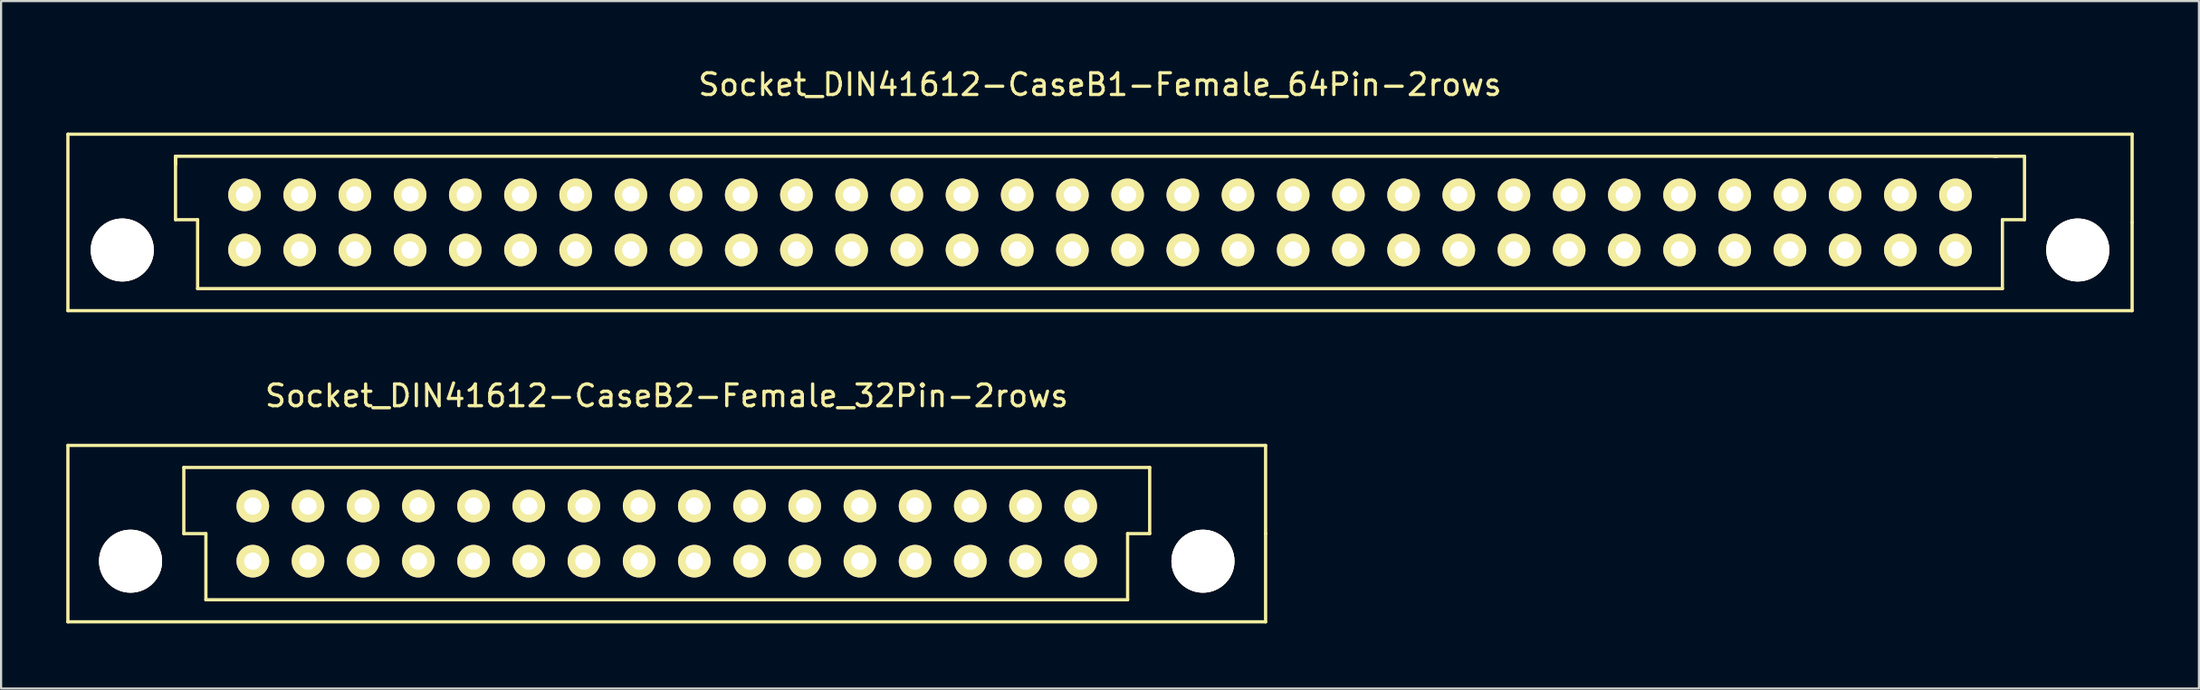
<source format=kicad_pcb>
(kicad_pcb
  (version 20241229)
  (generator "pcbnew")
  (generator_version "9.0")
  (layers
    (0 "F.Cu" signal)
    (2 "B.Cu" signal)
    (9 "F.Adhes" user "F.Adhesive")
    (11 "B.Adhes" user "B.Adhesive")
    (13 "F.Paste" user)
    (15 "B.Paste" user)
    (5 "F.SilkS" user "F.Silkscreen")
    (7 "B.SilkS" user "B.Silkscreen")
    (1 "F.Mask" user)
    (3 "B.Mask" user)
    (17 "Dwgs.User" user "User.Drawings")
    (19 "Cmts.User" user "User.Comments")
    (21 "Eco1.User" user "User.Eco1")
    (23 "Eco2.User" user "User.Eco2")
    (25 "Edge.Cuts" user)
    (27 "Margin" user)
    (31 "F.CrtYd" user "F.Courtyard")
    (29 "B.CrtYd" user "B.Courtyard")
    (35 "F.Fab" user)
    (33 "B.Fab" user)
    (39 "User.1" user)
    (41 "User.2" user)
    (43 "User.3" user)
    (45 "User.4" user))
  (footprint "Socket_DIN41612-CaseB2-Female_32Pin-2rows"
    (layer "F.Cu")
    (at 27.634 21.535)
    (property "Reference" "Socket_DIN41612-CaseB2-Female_32Pin-2rows" (at 0 -6.35 0) (layer "F.SilkS") (effects (font (size 1 1) (thickness 0.15))))
    (attr through_hole)
    (fp_line (start -27.559 -4.064) (end -27.559 4.064) (stroke (width 0.15) (type solid)) (layer "F.SilkS"))
    (fp_line (start -27.559 4.064) (end 27.559 4.064) (stroke (width 0.15) (type solid)) (layer "F.SilkS"))
    (fp_line (start -22.225 0) (end -22.225 -3.048) (stroke (width 0.15) (type solid)) (layer "F.SilkS"))
    (fp_line (start -21.209 0) (end -22.225 0) (stroke (width 0.15) (type solid)) (layer "F.SilkS"))
    (fp_line (start -21.209 3.048) (end -21.209 0) (stroke (width 0.15) (type solid)) (layer "F.SilkS"))
    (fp_line (start -21.209 3.048) (end 21.209 3.048) (stroke (width 0.15) (type solid)) (layer "F.SilkS"))
    (fp_line (start 21.209 0) (end 22.225 0) (stroke (width 0.15) (type solid)) (layer "F.SilkS"))
    (fp_line (start 21.209 3.048) (end 21.209 0) (stroke (width 0.15) (type solid)) (layer "F.SilkS"))
    (fp_line (start 22.225 -3.048) (end -22.225 -3.048) (stroke (width 0.15) (type solid)) (layer "F.SilkS"))
    (fp_line (start 22.225 0) (end 22.225 -3.048) (stroke (width 0.15) (type solid)) (layer "F.SilkS"))
    (fp_line (start 27.559 -4.064) (end -27.559 -4.064) (stroke (width 0.15) (type solid)) (layer "F.SilkS"))
    (fp_line (start 27.559 0) (end 27.559 -4.064) (stroke (width 0.15) (type solid)) (layer "F.SilkS"))
    (fp_line (start 27.559 4.064) (end 27.559 0) (stroke (width 0.15) (type solid)) (layer "F.SilkS"))
    (pad "1" thru_hole circle (at -24.676 1.27) (size 2.901 2.901) (drill 2.901) (layers "*.Cu" "*.Mask" "F.SilkS"))
    (pad "1" thru_hole circle (at 24.676 1.27) (size 2.901 2.901) (drill 2.901) (layers "*.Cu" "*.Mask" "F.SilkS"))
    (pad "1a" thru_hole circle (at 19.05 -1.27 180) (size 1.501 1.501) (drill 0.8) (layers "*.Cu" "*.Mask" "F.SilkS"))
    (pad "1b" thru_hole circle (at 19.05 1.27 180) (size 1.501 1.501) (drill 0.8) (layers "*.Cu" "*.Mask" "F.SilkS"))
    (pad "2a" thru_hole circle (at 16.51 -1.27 180) (size 1.501 1.501) (drill 0.8) (layers "*.Cu" "*.Mask" "F.SilkS"))
    (pad "2b" thru_hole circle (at 16.51 1.27 180) (size 1.501 1.501) (drill 0.8) (layers "*.Cu" "*.Mask" "F.SilkS"))
    (pad "3a" thru_hole circle (at 13.97 -1.27 180) (size 1.501 1.501) (drill 0.8) (layers "*.Cu" "*.Mask" "F.SilkS"))
    (pad "3b" thru_hole circle (at 13.97 1.27 180) (size 1.501 1.501) (drill 0.8) (layers "*.Cu" "*.Mask" "F.SilkS"))
    (pad "4a" thru_hole circle (at 11.43 -1.27 180) (size 1.501 1.501) (drill 0.8) (layers "*.Cu" "*.Mask" "F.SilkS"))
    (pad "4b" thru_hole circle (at 11.43 1.27 180) (size 1.501 1.501) (drill 0.8) (layers "*.Cu" "*.Mask" "F.SilkS"))
    (pad "5a" thru_hole circle (at 8.89 -1.27 180) (size 1.501 1.501) (drill 0.8) (layers "*.Cu" "*.Mask" "F.SilkS"))
    (pad "5b" thru_hole circle (at 8.89 1.27 180) (size 1.501 1.501) (drill 0.8) (layers "*.Cu" "*.Mask" "F.SilkS"))
    (pad "6a" thru_hole circle (at 6.35 -1.27 180) (size 1.501 1.501) (drill 0.8) (layers "*.Cu" "*.Mask" "F.SilkS"))
    (pad "6b" thru_hole circle (at 6.35 1.27 180) (size 1.501 1.501) (drill 0.8) (layers "*.Cu" "*.Mask" "F.SilkS"))
    (pad "7a" thru_hole circle (at 3.81 -1.27 180) (size 1.501 1.501) (drill 0.8) (layers "*.Cu" "*.Mask" "F.SilkS"))
    (pad "7b" thru_hole circle (at 3.81 1.27 180) (size 1.501 1.501) (drill 0.8) (layers "*.Cu" "*.Mask" "F.SilkS"))
    (pad "8a" thru_hole circle (at 1.27 -1.27 180) (size 1.501 1.501) (drill 0.8) (layers "*.Cu" "*.Mask" "F.SilkS"))
    (pad "8b" thru_hole circle (at 1.27 1.27 180) (size 1.501 1.501) (drill 0.8) (layers "*.Cu" "*.Mask" "F.SilkS"))
    (pad "9a" thru_hole circle (at -1.27 -1.27 180) (size 1.501 1.501) (drill 0.8) (layers "*.Cu" "*.Mask" "F.SilkS"))
    (pad "9b" thru_hole circle (at -1.27 1.27 180) (size 1.501 1.501) (drill 0.8) (layers "*.Cu" "*.Mask" "F.SilkS"))
    (pad "10a" thru_hole circle (at -3.81 -1.27 180) (size 1.501 1.501) (drill 0.8) (layers "*.Cu" "*.Mask" "F.SilkS"))
    (pad "10b" thru_hole circle (at -3.81 1.27 180) (size 1.501 1.501) (drill 0.8) (layers "*.Cu" "*.Mask" "F.SilkS"))
    (pad "11a" thru_hole circle (at -6.35 -1.27 180) (size 1.501 1.501) (drill 0.8) (layers "*.Cu" "*.Mask" "F.SilkS"))
    (pad "11b" thru_hole circle (at -6.35 1.27 180) (size 1.501 1.501) (drill 0.8) (layers "*.Cu" "*.Mask" "F.SilkS"))
    (pad "12a" thru_hole circle (at -8.89 -1.27 180) (size 1.501 1.501) (drill 0.8) (layers "*.Cu" "*.Mask" "F.SilkS"))
    (pad "12b" thru_hole circle (at -8.89 1.27 180) (size 1.501 1.501) (drill 0.8) (layers "*.Cu" "*.Mask" "F.SilkS"))
    (pad "13a" thru_hole circle (at -11.43 -1.27 180) (size 1.501 1.501) (drill 0.8) (layers "*.Cu" "*.Mask" "F.SilkS"))
    (pad "13b" thru_hole circle (at -11.43 1.27 180) (size 1.501 1.501) (drill 0.8) (layers "*.Cu" "*.Mask" "F.SilkS"))
    (pad "14a" thru_hole circle (at -13.97 -1.27 180) (size 1.501 1.501) (drill 0.8) (layers "*.Cu" "*.Mask" "F.SilkS"))
    (pad "14b" thru_hole circle (at -13.97 1.27 180) (size 1.501 1.501) (drill 0.8) (layers "*.Cu" "*.Mask" "F.SilkS"))
    (pad "15a" thru_hole circle (at -16.51 -1.27 180) (size 1.501 1.501) (drill 0.8) (layers "*.Cu" "*.Mask" "F.SilkS"))
    (pad "15b" thru_hole circle (at -16.51 1.27 180) (size 1.501 1.501) (drill 0.8) (layers "*.Cu" "*.Mask" "F.SilkS"))
    (pad "16a" thru_hole circle (at -19.05 -1.27 180) (size 1.501 1.501) (drill 0.8) (layers "*.Cu" "*.Mask" "F.SilkS"))
    (pad "16b" thru_hole circle (at -19.05 1.27 180) (size 1.501 1.501) (drill 0.8) (layers "*.Cu" "*.Mask" "F.SilkS")))
  (footprint "Socket_DIN41612-CaseB1-Female_64Pin-2rows"
    (layer "F.Cu")
    (at 47.573 7.198)
    (property "Reference" "Socket_DIN41612-CaseB1-Female_64Pin-2rows" (at 0 -6.35 0) (layer "F.SilkS") (effects (font (size 1 1) (thickness 0.15))))
    (attr through_hole)
    (fp_line (start -47.498 -4.064) (end -47.498 4.064) (stroke (width 0.15) (type solid)) (layer "F.SilkS"))
    (fp_line (start -47.498 4.064) (end 47.498 4.064) (stroke (width 0.15) (type solid)) (layer "F.SilkS"))
    (fp_line (start -42.545 -3.048) (end -42.545 -2.667) (stroke (width 0.15) (type solid)) (layer "F.SilkS"))
    (fp_line (start -42.545 -0.127) (end -42.545 -3.048) (stroke (width 0.15) (type solid)) (layer "F.SilkS"))
    (fp_line (start -41.529 -0.127) (end -42.545 -0.127) (stroke (width 0.15) (type solid)) (layer "F.SilkS"))
    (fp_line (start -41.529 3.048) (end -41.529 -0.127) (stroke (width 0.15) (type solid)) (layer "F.SilkS"))
    (fp_line (start 41.275 -3.048) (end -42.545 -3.048) (stroke (width 0.15) (type solid)) (layer "F.SilkS"))
    (fp_line (start 41.529 -0.127) (end 42.545 -0.127) (stroke (width 0.15) (type solid)) (layer "F.SilkS"))
    (fp_line (start 41.529 3.048) (end -41.529 3.048) (stroke (width 0.15) (type solid)) (layer "F.SilkS"))
    (fp_line (start 41.529 3.048) (end 41.529 -0.127) (stroke (width 0.15) (type solid)) (layer "F.SilkS"))
    (fp_line (start 42.545 -3.048) (end 41.148 -3.048) (stroke (width 0.15) (type solid)) (layer "F.SilkS"))
    (fp_line (start 42.545 -0.127) (end 42.545 -3.048) (stroke (width 0.15) (type solid)) (layer "F.SilkS"))
    (fp_line (start 47.498 -4.064) (end -47.498 -4.064) (stroke (width 0.15) (type solid)) (layer "F.SilkS"))
    (fp_line (start 47.498 0) (end 47.498 -4.064) (stroke (width 0.15) (type solid)) (layer "F.SilkS"))
    (fp_line (start 47.498 4.064) (end 47.498 0) (stroke (width 0.15) (type solid)) (layer "F.SilkS"))
    (pad "1" thru_hole circle (at -44.996 1.27) (size 2.901 2.901) (drill 2.901) (layers "*.Cu" "*.Mask" "F.SilkS"))
    (pad "1" thru_hole circle (at 44.996 1.27) (size 2.901 2.901) (drill 2.901) (layers "*.Cu" "*.Mask" "F.SilkS"))
    (pad "1a" thru_hole circle (at 39.37 -1.27 180) (size 1.501 1.501) (drill 0.8) (layers "*.Cu" "*.Mask" "F.SilkS"))
    (pad "1b" thru_hole circle (at 39.37 1.27 180) (size 1.501 1.501) (drill 0.8) (layers "*.Cu" "*.Mask" "F.SilkS"))
    (pad "2a" thru_hole circle (at 36.83 -1.27 180) (size 1.501 1.501) (drill 0.8) (layers "*.Cu" "*.Mask" "F.SilkS"))
    (pad "2b" thru_hole circle (at 36.83 1.27 180) (size 1.501 1.501) (drill 0.8) (layers "*.Cu" "*.Mask" "F.SilkS"))
    (pad "3a" thru_hole circle (at 34.29 -1.27 180) (size 1.501 1.501) (drill 0.8) (layers "*.Cu" "*.Mask" "F.SilkS"))
    (pad "3b" thru_hole circle (at 34.29 1.27 180) (size 1.501 1.501) (drill 0.8) (layers "*.Cu" "*.Mask" "F.SilkS"))
    (pad "4a" thru_hole circle (at 31.75 -1.27 180) (size 1.501 1.501) (drill 0.8) (layers "*.Cu" "*.Mask" "F.SilkS"))
    (pad "4b" thru_hole circle (at 31.75 1.27 180) (size 1.501 1.501) (drill 0.8) (layers "*.Cu" "*.Mask" "F.SilkS"))
    (pad "5a" thru_hole circle (at 29.21 -1.27 180) (size 1.501 1.501) (drill 0.8) (layers "*.Cu" "*.Mask" "F.SilkS"))
    (pad "5b" thru_hole circle (at 29.21 1.27 180) (size 1.501 1.501) (drill 0.8) (layers "*.Cu" "*.Mask" "F.SilkS"))
    (pad "6a" thru_hole circle (at 26.67 -1.27 180) (size 1.501 1.501) (drill 0.8) (layers "*.Cu" "*.Mask" "F.SilkS"))
    (pad "6b" thru_hole circle (at 26.67 1.27 180) (size 1.501 1.501) (drill 0.8) (layers "*.Cu" "*.Mask" "F.SilkS"))
    (pad "7a" thru_hole circle (at 24.13 -1.27 180) (size 1.501 1.501) (drill 0.8) (layers "*.Cu" "*.Mask" "F.SilkS"))
    (pad "7b" thru_hole circle (at 24.13 1.27 180) (size 1.501 1.501) (drill 0.8) (layers "*.Cu" "*.Mask" "F.SilkS"))
    (pad "8a" thru_hole circle (at 21.59 -1.27 180) (size 1.501 1.501) (drill 0.8) (layers "*.Cu" "*.Mask" "F.SilkS"))
    (pad "8b" thru_hole circle (at 21.59 1.27 180) (size 1.501 1.501) (drill 0.8) (layers "*.Cu" "*.Mask" "F.SilkS"))
    (pad "9a" thru_hole circle (at 19.05 -1.27 180) (size 1.501 1.501) (drill 0.8) (layers "*.Cu" "*.Mask" "F.SilkS"))
    (pad "9b" thru_hole circle (at 19.05 1.27 180) (size 1.501 1.501) (drill 0.8) (layers "*.Cu" "*.Mask" "F.SilkS"))
    (pad "10a" thru_hole circle (at 16.51 -1.27 180) (size 1.501 1.501) (drill 0.8) (layers "*.Cu" "*.Mask" "F.SilkS"))
    (pad "10b" thru_hole circle (at 16.51 1.27 180) (size 1.501 1.501) (drill 0.8) (layers "*.Cu" "*.Mask" "F.SilkS"))
    (pad "11a" thru_hole circle (at 13.97 -1.27 180) (size 1.501 1.501) (drill 0.8) (layers "*.Cu" "*.Mask" "F.SilkS"))
    (pad "11b" thru_hole circle (at 13.97 1.27 180) (size 1.501 1.501) (drill 0.8) (layers "*.Cu" "*.Mask" "F.SilkS"))
    (pad "12a" thru_hole circle (at 11.43 -1.27 180) (size 1.501 1.501) (drill 0.8) (layers "*.Cu" "*.Mask" "F.SilkS"))
    (pad "12b" thru_hole circle (at 11.43 1.27 180) (size 1.501 1.501) (drill 0.8) (layers "*.Cu" "*.Mask" "F.SilkS"))
    (pad "13a" thru_hole circle (at 8.89 -1.27 180) (size 1.501 1.501) (drill 0.8) (layers "*.Cu" "*.Mask" "F.SilkS"))
    (pad "13b" thru_hole circle (at 8.89 1.27 180) (size 1.501 1.501) (drill 0.8) (layers "*.Cu" "*.Mask" "F.SilkS"))
    (pad "14a" thru_hole circle (at 6.35 -1.27 180) (size 1.501 1.501) (drill 0.8) (layers "*.Cu" "*.Mask" "F.SilkS"))
    (pad "14b" thru_hole circle (at 6.35 1.27 180) (size 1.501 1.501) (drill 0.8) (layers "*.Cu" "*.Mask" "F.SilkS"))
    (pad "15a" thru_hole circle (at 3.81 -1.27 180) (size 1.501 1.501) (drill 0.8) (layers "*.Cu" "*.Mask" "F.SilkS"))
    (pad "15b" thru_hole circle (at 3.81 1.27 180) (size 1.501 1.501) (drill 0.8) (layers "*.Cu" "*.Mask" "F.SilkS"))
    (pad "16a" thru_hole circle (at 1.27 -1.27 180) (size 1.501 1.501) (drill 0.8) (layers "*.Cu" "*.Mask" "F.SilkS"))
    (pad "16b" thru_hole circle (at 1.27 1.27 180) (size 1.501 1.501) (drill 0.8) (layers "*.Cu" "*.Mask" "F.SilkS"))
    (pad "17a" thru_hole circle (at -1.27 -1.27 180) (size 1.501 1.501) (drill 0.8) (layers "*.Cu" "*.Mask" "F.SilkS"))
    (pad "17b" thru_hole circle (at -1.27 1.27 180) (size 1.501 1.501) (drill 0.8) (layers "*.Cu" "*.Mask" "F.SilkS"))
    (pad "18a" thru_hole circle (at -3.81 -1.27 180) (size 1.501 1.501) (drill 0.8) (layers "*.Cu" "*.Mask" "F.SilkS"))
    (pad "18b" thru_hole circle (at -3.81 1.27 180) (size 1.501 1.501) (drill 0.8) (layers "*.Cu" "*.Mask" "F.SilkS"))
    (pad "19a" thru_hole circle (at -6.35 -1.27 180) (size 1.501 1.501) (drill 0.8) (layers "*.Cu" "*.Mask" "F.SilkS"))
    (pad "19b" thru_hole circle (at -6.35 1.27 180) (size 1.501 1.501) (drill 0.8) (layers "*.Cu" "*.Mask" "F.SilkS"))
    (pad "20a" thru_hole circle (at -8.89 -1.27 180) (size 1.501 1.501) (drill 0.8) (layers "*.Cu" "*.Mask" "F.SilkS"))
    (pad "20b" thru_hole circle (at -8.89 1.27 180) (size 1.501 1.501) (drill 0.8) (layers "*.Cu" "*.Mask" "F.SilkS"))
    (pad "21a" thru_hole circle (at -11.43 -1.27 180) (size 1.501 1.501) (drill 0.8) (layers "*.Cu" "*.Mask" "F.SilkS"))
    (pad "21b" thru_hole circle (at -11.43 1.27 180) (size 1.501 1.501) (drill 0.8) (layers "*.Cu" "*.Mask" "F.SilkS"))
    (pad "22a" thru_hole circle (at -13.97 -1.27 180) (size 1.501 1.501) (drill 0.8) (layers "*.Cu" "*.Mask" "F.SilkS"))
    (pad "22b" thru_hole circle (at -13.97 1.27 180) (size 1.501 1.501) (drill 0.8) (layers "*.Cu" "*.Mask" "F.SilkS"))
    (pad "23a" thru_hole circle (at -16.51 -1.27 180) (size 1.501 1.501) (drill 0.8) (layers "*.Cu" "*.Mask" "F.SilkS"))
    (pad "23b" thru_hole circle (at -16.51 1.27 180) (size 1.501 1.501) (drill 0.8) (layers "*.Cu" "*.Mask" "F.SilkS"))
    (pad "24" thru_hole circle (at -19.05 -1.27 180) (size 1.501 1.501) (drill 0.8) (layers "*.Cu" "*.Mask" "F.SilkS"))
    (pad "24b" thru_hole circle (at -19.05 1.27 180) (size 1.501 1.501) (drill 0.8) (layers "*.Cu" "*.Mask" "F.SilkS"))
    (pad "25a" thru_hole circle (at -21.59 -1.27 180) (size 1.501 1.501) (drill 0.8) (layers "*.Cu" "*.Mask" "F.SilkS"))
    (pad "25b" thru_hole circle (at -21.59 1.27 180) (size 1.501 1.501) (drill 0.8) (layers "*.Cu" "*.Mask" "F.SilkS"))
    (pad "26a" thru_hole circle (at -24.13 -1.27 180) (size 1.501 1.501) (drill 0.8) (layers "*.Cu" "*.Mask" "F.SilkS"))
    (pad "26b" thru_hole circle (at -24.13 1.27 180) (size 1.501 1.501) (drill 0.8) (layers "*.Cu" "*.Mask" "F.SilkS"))
    (pad "27a" thru_hole circle (at -26.67 -1.27 180) (size 1.501 1.501) (drill 0.8) (layers "*.Cu" "*.Mask" "F.SilkS"))
    (pad "27b" thru_hole circle (at -26.67 1.27 180) (size 1.501 1.501) (drill 0.8) (layers "*.Cu" "*.Mask" "F.SilkS"))
    (pad "28a" thru_hole circle (at -29.21 -1.27 180) (size 1.501 1.501) (drill 0.8) (layers "*.Cu" "*.Mask" "F.SilkS"))
    (pad "28b" thru_hole circle (at -29.21 1.27 180) (size 1.501 1.501) (drill 0.8) (layers "*.Cu" "*.Mask" "F.SilkS"))
    (pad "29a" thru_hole circle (at -31.75 -1.27 180) (size 1.501 1.501) (drill 0.8) (layers "*.Cu" "*.Mask" "F.SilkS"))
    (pad "29b" thru_hole circle (at -31.75 1.27 180) (size 1.501 1.501) (drill 0.8) (layers "*.Cu" "*.Mask" "F.SilkS"))
    (pad "30a" thru_hole circle (at -34.29 -1.27 180) (size 1.501 1.501) (drill 0.8) (layers "*.Cu" "*.Mask" "F.SilkS"))
    (pad "30b" thru_hole circle (at -34.29 1.27 180) (size 1.501 1.501) (drill 0.8) (layers "*.Cu" "*.Mask" "F.SilkS"))
    (pad "31a" thru_hole circle (at -36.83 -1.27 180) (size 1.501 1.501) (drill 0.8) (layers "*.Cu" "*.Mask" "F.SilkS"))
    (pad "31b" thru_hole circle (at -36.83 1.27 180) (size 1.501 1.501) (drill 0.8) (layers "*.Cu" "*.Mask" "F.SilkS"))
    (pad "32a" thru_hole circle (at -39.37 -1.27 180) (size 1.501 1.501) (drill 0.8) (layers "*.Cu" "*.Mask" "F.SilkS"))
    (pad "32b" thru_hole circle (at -39.37 1.27 180) (size 1.501 1.501) (drill 0.8) (layers "*.Cu" "*.Mask" "F.SilkS")))
  (gr_rect
    (start -3 -3)
    (end 98.146 28.674)
    (stroke (width 0.1) (type default))
    (fill no)
    (layer "Edge.Cuts")))
</source>
